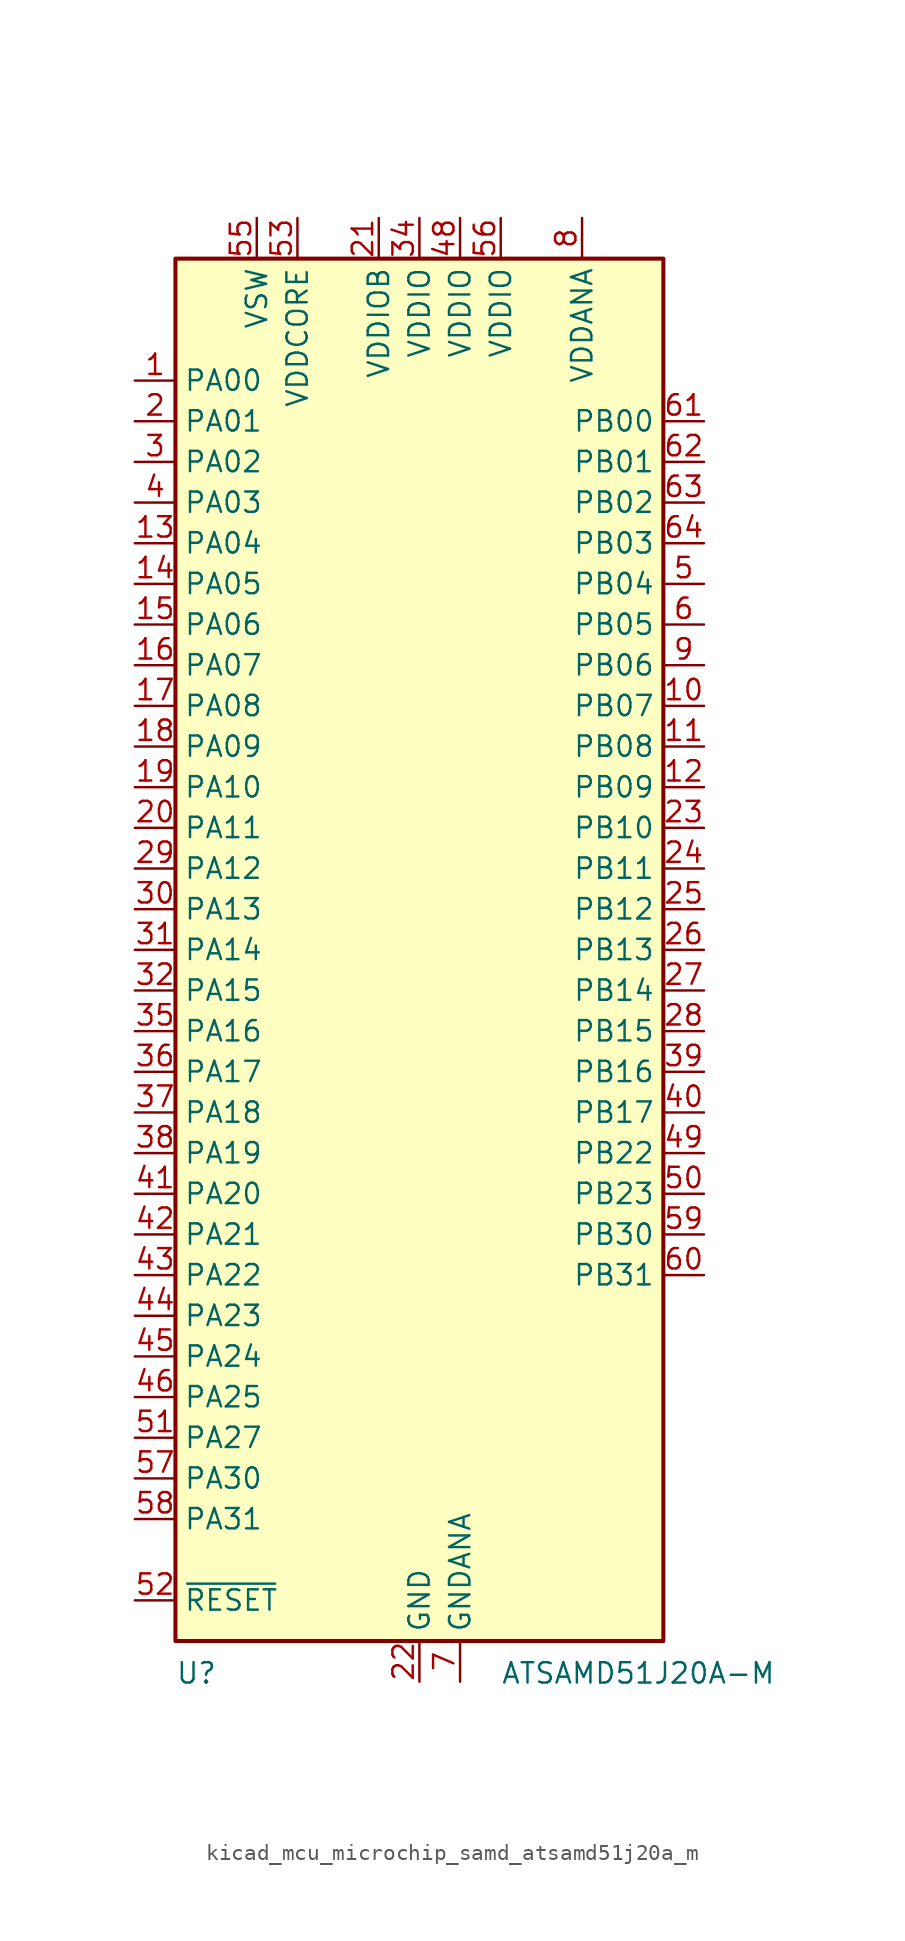
<source format=kicad_sym>
(kicad_symbol_lib
  (version 20220914)
  (generator kicad_symbol_editor)
  (symbol "kicad_mcu_microchip_samd_atsamd51j20a_m"
    (property "Reference" "U"
      (at -15.24 -44.45 0)
      (effects (font (size 1.27 1.27)) (justify left top)))
    (property "Value" "ATSAMD51J20A-M"
      (at 5.08 -44.45 0)
      (effects (font (size 1.27 1.27)) (justify left top)))
    (symbol "kicad_mcu_microchip_samd_atsamd51j20a_m_0_1"
      (rectangle (start -15.24 43.18) (end 15.24 -43.18) (stroke (width 0.254) (type default)) (fill (type background))))
    (symbol "kicad_mcu_microchip_samd_atsamd51j20a_m_1_0"
      (pin bidirectional line (at 17.78 25.4 180) (length 2.54) (name "PB03" (effects (font (size 1.27 1.27)))) (number "64" (effects (font (size 1.27 1.27))))))
    (symbol "kicad_mcu_microchip_samd_atsamd51j20a_m_1_1"
      (pin bidirectional line (at -17.78 35.56 0) (length 2.54) (name "PA00" (effects (font (size 1.27 1.27)))) (number "1" (effects (font (size 1.27 1.27)))))
      (pin bidirectional line (at 17.78 15.24 180) (length 2.54) (name "PB07" (effects (font (size 1.27 1.27)))) (number "10" (effects (font (size 1.27 1.27)))))
      (pin bidirectional line (at 17.78 12.7 180) (length 2.54) (name "PB08" (effects (font (size 1.27 1.27)))) (number "11" (effects (font (size 1.27 1.27)))))
      (pin bidirectional line (at 17.78 10.16 180) (length 2.54) (name "PB09" (effects (font (size 1.27 1.27)))) (number "12" (effects (font (size 1.27 1.27)))))
      (pin bidirectional line (at -17.78 25.4 0) (length 2.54) (name "PA04" (effects (font (size 1.27 1.27)))) (number "13" (effects (font (size 1.27 1.27)))))
      (pin bidirectional line (at -17.78 22.86 0) (length 2.54) (name "PA05" (effects (font (size 1.27 1.27)))) (number "14" (effects (font (size 1.27 1.27)))))
      (pin bidirectional line (at -17.78 20.32 0) (length 2.54) (name "PA06" (effects (font (size 1.27 1.27)))) (number "15" (effects (font (size 1.27 1.27)))))
      (pin bidirectional line (at -17.78 17.78 0) (length 2.54) (name "PA07" (effects (font (size 1.27 1.27)))) (number "16" (effects (font (size 1.27 1.27)))))
      (pin bidirectional line (at -17.78 15.24 0) (length 2.54) (name "PA08" (effects (font (size 1.27 1.27)))) (number "17" (effects (font (size 1.27 1.27)))))
      (pin bidirectional line (at -17.78 12.7 0) (length 2.54) (name "PA09" (effects (font (size 1.27 1.27)))) (number "18" (effects (font (size 1.27 1.27)))))
      (pin bidirectional line (at -17.78 10.16 0) (length 2.54) (name "PA10" (effects (font (size 1.27 1.27)))) (number "19" (effects (font (size 1.27 1.27)))))
      (pin bidirectional line (at -17.78 33.02 0) (length 2.54) (name "PA01" (effects (font (size 1.27 1.27)))) (number "2" (effects (font (size 1.27 1.27)))))
      (pin bidirectional line (at -17.78 7.62 0) (length 2.54) (name "PA11" (effects (font (size 1.27 1.27)))) (number "20" (effects (font (size 1.27 1.27)))))
      (pin power_in line (at -2.54 45.72 270) (length 2.54) (name "VDDIOB" (effects (font (size 1.27 1.27)))) (number "21" (effects (font (size 1.27 1.27)))))
      (pin power_in line (at 0 -45.72 90) (length 2.54) (name "GND" (effects (font (size 1.27 1.27)))) (number "22" (effects (font (size 1.27 1.27)))))
      (pin bidirectional line (at 17.78 7.62 180) (length 2.54) (name "PB10" (effects (font (size 1.27 1.27)))) (number "23" (effects (font (size 1.27 1.27)))))
      (pin bidirectional line (at 17.78 5.08 180) (length 2.54) (name "PB11" (effects (font (size 1.27 1.27)))) (number "24" (effects (font (size 1.27 1.27)))))
      (pin bidirectional line (at 17.78 2.54 180) (length 2.54) (name "PB12" (effects (font (size 1.27 1.27)))) (number "25" (effects (font (size 1.27 1.27)))))
      (pin bidirectional line (at 17.78 0 180) (length 2.54) (name "PB13" (effects (font (size 1.27 1.27)))) (number "26" (effects (font (size 1.27 1.27)))))
      (pin bidirectional line (at 17.78 -2.54 180) (length 2.54) (name "PB14" (effects (font (size 1.27 1.27)))) (number "27" (effects (font (size 1.27 1.27)))))
      (pin bidirectional line (at 17.78 -5.08 180) (length 2.54) (name "PB15" (effects (font (size 1.27 1.27)))) (number "28" (effects (font (size 1.27 1.27)))))
      (pin bidirectional line (at -17.78 5.08 0) (length 2.54) (name "PA12" (effects (font (size 1.27 1.27)))) (number "29" (effects (font (size 1.27 1.27)))))
      (pin bidirectional line (at -17.78 30.48 0) (length 2.54) (name "PA02" (effects (font (size 1.27 1.27)))) (number "3" (effects (font (size 1.27 1.27)))))
      (pin bidirectional line (at -17.78 2.54 0) (length 2.54) (name "PA13" (effects (font (size 1.27 1.27)))) (number "30" (effects (font (size 1.27 1.27)))))
      (pin bidirectional line (at -17.78 0 0) (length 2.54) (name "PA14" (effects (font (size 1.27 1.27)))) (number "31" (effects (font (size 1.27 1.27)))))
      (pin bidirectional line (at -17.78 -2.54 0) (length 2.54) (name "PA15" (effects (font (size 1.27 1.27)))) (number "32" (effects (font (size 1.27 1.27)))))
      (pin passive line (at 0 -45.72 90) (length 2.54) hide (name "GND" (effects (font (size 1.27 1.27)))) (number "33" (effects (font (size 1.27 1.27)))))
      (pin power_in line (at 0 45.72 270) (length 2.54) (name "VDDIO" (effects (font (size 1.27 1.27)))) (number "34" (effects (font (size 1.27 1.27)))))
      (pin bidirectional line (at -17.78 -5.08 0) (length 2.54) (name "PA16" (effects (font (size 1.27 1.27)))) (number "35" (effects (font (size 1.27 1.27)))))
      (pin bidirectional line (at -17.78 -7.62 0) (length 2.54) (name "PA17" (effects (font (size 1.27 1.27)))) (number "36" (effects (font (size 1.27 1.27)))))
      (pin bidirectional line (at -17.78 -10.16 0) (length 2.54) (name "PA18" (effects (font (size 1.27 1.27)))) (number "37" (effects (font (size 1.27 1.27)))))
      (pin bidirectional line (at -17.78 -12.7 0) (length 2.54) (name "PA19" (effects (font (size 1.27 1.27)))) (number "38" (effects (font (size 1.27 1.27)))))
      (pin bidirectional line (at 17.78 -7.62 180) (length 2.54) (name "PB16" (effects (font (size 1.27 1.27)))) (number "39" (effects (font (size 1.27 1.27)))))
      (pin bidirectional line (at -17.78 27.94 0) (length 2.54) (name "PA03" (effects (font (size 1.27 1.27)))) (number "4" (effects (font (size 1.27 1.27)))))
      (pin bidirectional line (at 17.78 -10.16 180) (length 2.54) (name "PB17" (effects (font (size 1.27 1.27)))) (number "40" (effects (font (size 1.27 1.27)))))
      (pin bidirectional line (at -17.78 -15.24 0) (length 2.54) (name "PA20" (effects (font (size 1.27 1.27)))) (number "41" (effects (font (size 1.27 1.27)))))
      (pin bidirectional line (at -17.78 -17.78 0) (length 2.54) (name "PA21" (effects (font (size 1.27 1.27)))) (number "42" (effects (font (size 1.27 1.27)))))
      (pin bidirectional line (at -17.78 -20.32 0) (length 2.54) (name "PA22" (effects (font (size 1.27 1.27)))) (number "43" (effects (font (size 1.27 1.27)))))
      (pin bidirectional line (at -17.78 -22.86 0) (length 2.54) (name "PA23" (effects (font (size 1.27 1.27)))) (number "44" (effects (font (size 1.27 1.27)))))
      (pin bidirectional line (at -17.78 -25.4 0) (length 2.54) (name "PA24" (effects (font (size 1.27 1.27)))) (number "45" (effects (font (size 1.27 1.27)))))
      (pin bidirectional line (at -17.78 -27.94 0) (length 2.54) (name "PA25" (effects (font (size 1.27 1.27)))) (number "46" (effects (font (size 1.27 1.27)))))
      (pin passive line (at 0 -45.72 90) (length 2.54) hide (name "GND" (effects (font (size 1.27 1.27)))) (number "47" (effects (font (size 1.27 1.27)))))
      (pin power_in line (at 2.54 45.72 270) (length 2.54) (name "VDDIO" (effects (font (size 1.27 1.27)))) (number "48" (effects (font (size 1.27 1.27)))))
      (pin bidirectional line (at 17.78 -12.7 180) (length 2.54) (name "PB22" (effects (font (size 1.27 1.27)))) (number "49" (effects (font (size 1.27 1.27)))))
      (pin bidirectional line (at 17.78 22.86 180) (length 2.54) (name "PB04" (effects (font (size 1.27 1.27)))) (number "5" (effects (font (size 1.27 1.27)))))
      (pin bidirectional line (at 17.78 -15.24 180) (length 2.54) (name "PB23" (effects (font (size 1.27 1.27)))) (number "50" (effects (font (size 1.27 1.27)))))
      (pin bidirectional line (at -17.78 -30.48 0) (length 2.54) (name "PA27" (effects (font (size 1.27 1.27)))) (number "51" (effects (font (size 1.27 1.27)))))
      (pin input line (at -17.78 -40.64 0) (length 2.54) (name "~{RESET}" (effects (font (size 1.27 1.27)))) (number "52" (effects (font (size 1.27 1.27)))))
      (pin power_out line (at -7.62 45.72 270) (length 2.54) (name "VDDCORE" (effects (font (size 1.27 1.27)))) (number "53" (effects (font (size 1.27 1.27)))))
      (pin passive line (at 0 -45.72 90) (length 2.54) hide (name "GND" (effects (font (size 1.27 1.27)))) (number "54" (effects (font (size 1.27 1.27)))))
      (pin power_in line (at -10.16 45.72 270) (length 2.54) (name "VSW" (effects (font (size 1.27 1.27)))) (number "55" (effects (font (size 1.27 1.27)))))
      (pin power_in line (at 5.08 45.72 270) (length 2.54) (name "VDDIO" (effects (font (size 1.27 1.27)))) (number "56" (effects (font (size 1.27 1.27)))))
      (pin bidirectional line (at -17.78 -33.02 0) (length 2.54) (name "PA30" (effects (font (size 1.27 1.27)))) (number "57" (effects (font (size 1.27 1.27)))))
      (pin bidirectional line (at -17.78 -35.56 0) (length 2.54) (name "PA31" (effects (font (size 1.27 1.27)))) (number "58" (effects (font (size 1.27 1.27)))))
      (pin bidirectional line (at 17.78 -17.78 180) (length 2.54) (name "PB30" (effects (font (size 1.27 1.27)))) (number "59" (effects (font (size 1.27 1.27)))))
      (pin bidirectional line (at 17.78 20.32 180) (length 2.54) (name "PB05" (effects (font (size 1.27 1.27)))) (number "6" (effects (font (size 1.27 1.27)))))
      (pin bidirectional line (at 17.78 -20.32 180) (length 2.54) (name "PB31" (effects (font (size 1.27 1.27)))) (number "60" (effects (font (size 1.27 1.27)))))
      (pin bidirectional line (at 17.78 33.02 180) (length 2.54) (name "PB00" (effects (font (size 1.27 1.27)))) (number "61" (effects (font (size 1.27 1.27)))))
      (pin bidirectional line (at 17.78 30.48 180) (length 2.54) (name "PB01" (effects (font (size 1.27 1.27)))) (number "62" (effects (font (size 1.27 1.27)))))
      (pin bidirectional line (at 17.78 27.94 180) (length 2.54) (name "PB02" (effects (font (size 1.27 1.27)))) (number "63" (effects (font (size 1.27 1.27)))))
      (pin passive line (at 0 -45.72 90) (length 2.54) hide (name "GND" (effects (font (size 1.27 1.27)))) (number "65" (effects (font (size 1.27 1.27)))))
      (pin power_in line (at 2.54 -45.72 90) (length 2.54) (name "GNDANA" (effects (font (size 1.27 1.27)))) (number "7" (effects (font (size 1.27 1.27)))))
      (pin power_in line (at 10.16 45.72 270) (length 2.54) (name "VDDANA" (effects (font (size 1.27 1.27)))) (number "8" (effects (font (size 1.27 1.27)))))
      (pin bidirectional line (at 17.78 17.78 180) (length 2.54) (name "PB06" (effects (font (size 1.27 1.27)))) (number "9" (effects (font (size 1.27 1.27))))))))
</source>
